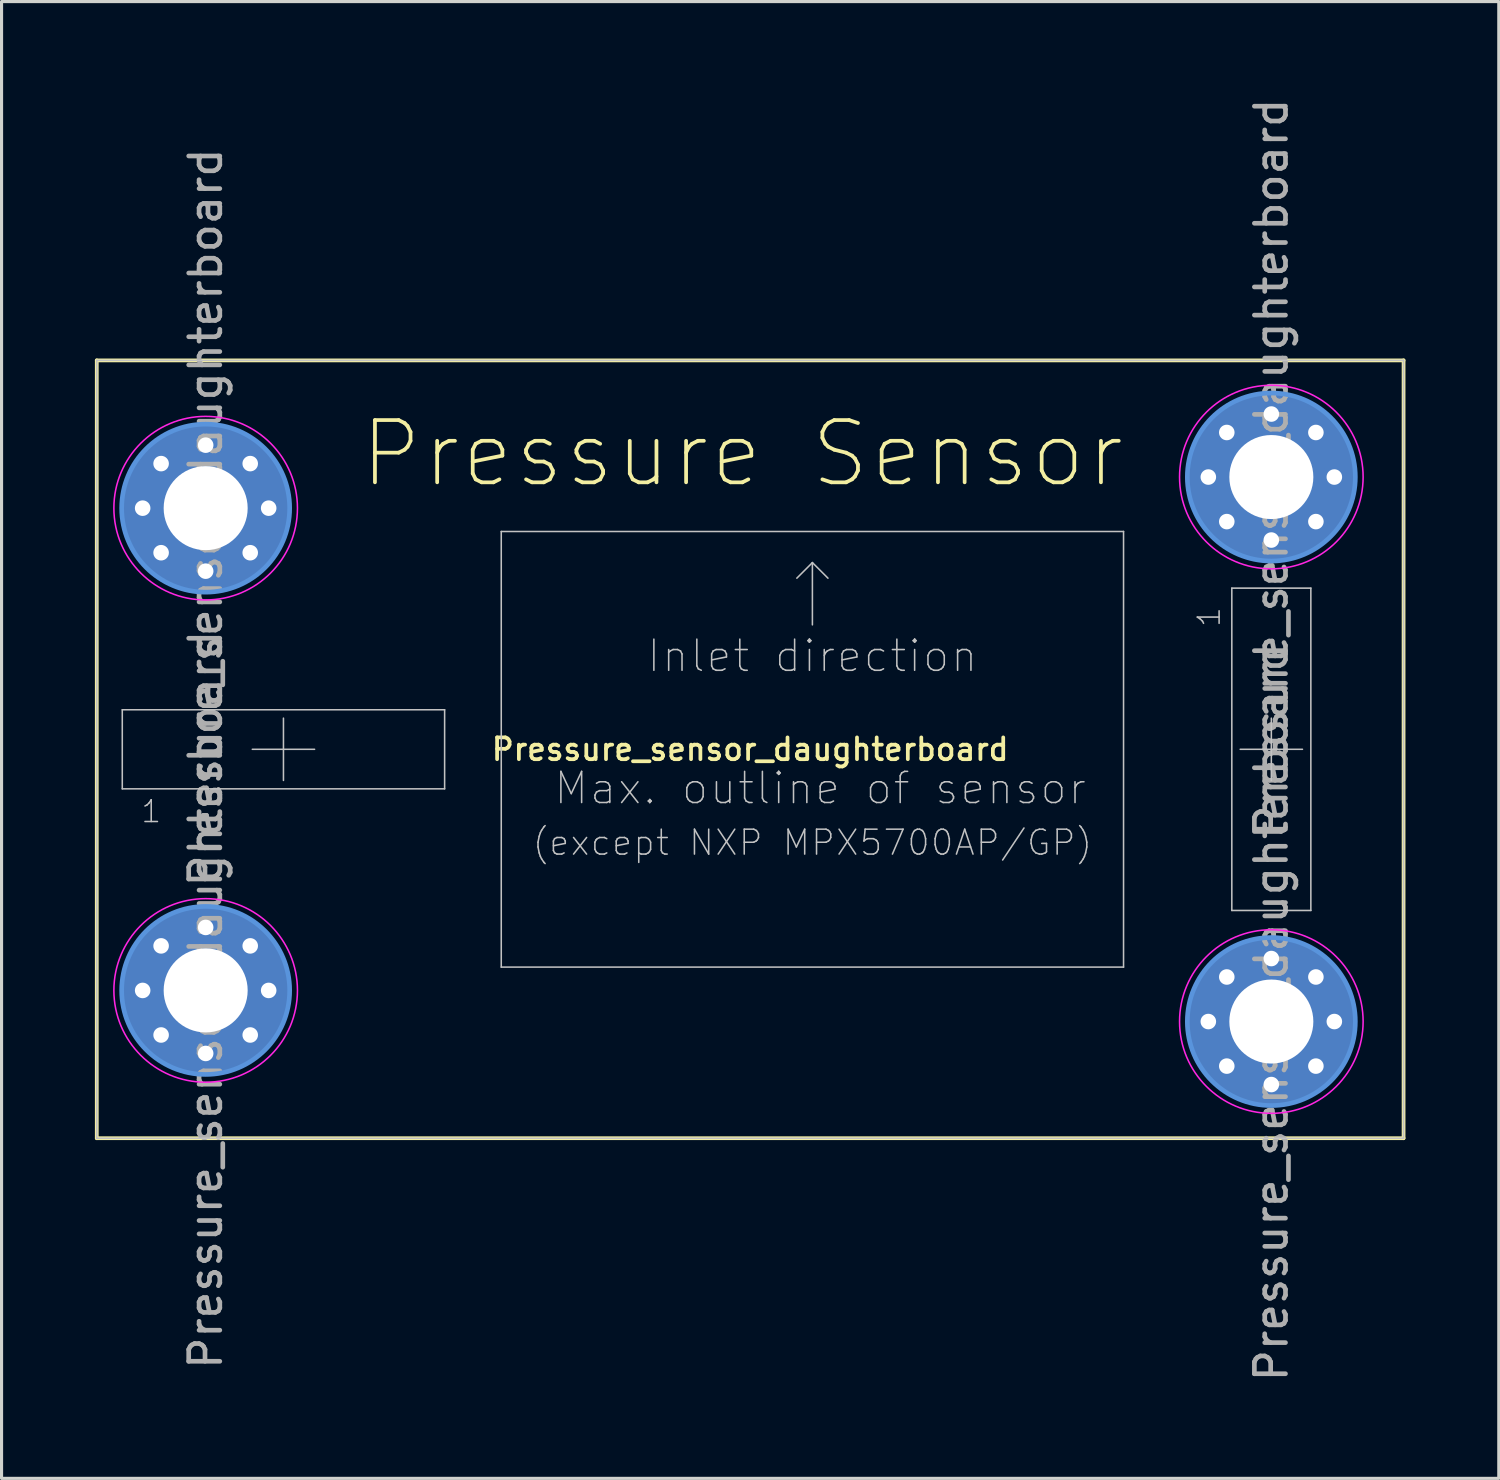
<source format=kicad_pcb>
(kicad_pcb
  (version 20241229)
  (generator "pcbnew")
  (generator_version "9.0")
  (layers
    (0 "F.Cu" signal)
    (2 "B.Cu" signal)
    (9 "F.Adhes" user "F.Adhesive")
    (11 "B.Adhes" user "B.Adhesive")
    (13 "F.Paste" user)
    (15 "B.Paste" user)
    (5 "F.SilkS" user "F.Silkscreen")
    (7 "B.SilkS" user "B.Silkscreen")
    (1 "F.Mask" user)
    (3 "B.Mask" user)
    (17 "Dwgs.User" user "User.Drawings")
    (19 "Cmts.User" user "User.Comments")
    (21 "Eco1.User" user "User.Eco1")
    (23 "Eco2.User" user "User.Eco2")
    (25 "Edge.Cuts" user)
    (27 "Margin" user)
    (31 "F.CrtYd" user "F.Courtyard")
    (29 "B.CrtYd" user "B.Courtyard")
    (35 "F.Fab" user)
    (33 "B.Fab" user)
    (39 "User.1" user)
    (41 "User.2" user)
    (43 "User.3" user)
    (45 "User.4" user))
  (footprint "Pressure_sensor_daughterboard"
    (layer "F.Cu")
    (at 21.06 21.032)
    (property "Reference" "Pressure_sensor_daughterboard" (at 0 0 0) (layer "F.SilkS") (effects (font (size 0.7 0.7) (thickness 0.12))))
    (attr exclude_from_pos_files exclude_from_bom)
    (fp_line (start -21 -12.5) (end 21 -12.5) (stroke (width 0.12) (type solid)) (layer "F.SilkS"))
    (fp_line (start -21 12.5) (end -21 -12.5) (stroke (width 0.12) (type solid)) (layer "F.SilkS"))
    (fp_line (start 21 -12.5) (end 21 12.5) (stroke (width 0.12) (type solid)) (layer "F.SilkS"))
    (fp_line (start 21 12.5) (end -21 12.5) (stroke (width 0.12) (type solid)) (layer "F.SilkS"))
    (fp_line (start -21 -12.5) (end 21 -12.5) (stroke (width 0.05) (type solid)) (layer "Dwgs.User"))
    (fp_line (start -21 12.5) (end -21 -12.5) (stroke (width 0.05) (type solid)) (layer "Dwgs.User"))
    (fp_line (start -20.18 -1.27) (end -9.82 -1.27) (stroke (width 0.05) (type solid)) (layer "Dwgs.User"))
    (fp_line (start -20.18 1.27) (end -20.18 -1.27) (stroke (width 0.05) (type solid)) (layer "Dwgs.User"))
    (fp_line (start -16 0) (end -14 0) (stroke (width 0.05) (type solid)) (layer "Dwgs.User"))
    (fp_line (start -15 -1) (end -15 1) (stroke (width 0.05) (type solid)) (layer "Dwgs.User"))
    (fp_line (start -9.82 -1.27) (end -9.82 1.27) (stroke (width 0.05) (type solid)) (layer "Dwgs.User"))
    (fp_line (start -9.82 1.27) (end -20.18 1.27) (stroke (width 0.05) (type solid)) (layer "Dwgs.User"))
    (fp_line (start -8 -7) (end 12 -7) (stroke (width 0.05) (type solid)) (layer "Dwgs.User"))
    (fp_line (start -8 7) (end -8 -7) (stroke (width 0.05) (type solid)) (layer "Dwgs.User"))
    (fp_line (start 2 -6) (end 1.5 -5.5) (stroke (width 0.05) (type solid)) (layer "Dwgs.User"))
    (fp_line (start 2 -6) (end 2.5 -5.5) (stroke (width 0.05) (type solid)) (layer "Dwgs.User"))
    (fp_line (start 2 -4) (end 2 -6) (stroke (width 0.05) (type solid)) (layer "Dwgs.User"))
    (fp_line (start 12 -7) (end 12 7) (stroke (width 0.05) (type solid)) (layer "Dwgs.User"))
    (fp_line (start 12 7) (end -8 7) (stroke (width 0.05) (type solid)) (layer "Dwgs.User"))
    (fp_line (start 15.48 -5.18) (end 18.02 -5.18) (stroke (width 0.05) (type solid)) (layer "Dwgs.User"))
    (fp_line (start 15.48 5.18) (end 15.48 -5.18) (stroke (width 0.05) (type solid)) (layer "Dwgs.User"))
    (fp_line (start 16.75 -1) (end 16.75 1) (stroke (width 0.05) (type solid)) (layer "Dwgs.User"))
    (fp_line (start 17.75 0) (end 15.75 0) (stroke (width 0.05) (type solid)) (layer "Dwgs.User"))
    (fp_line (start 18.02 -5.18) (end 18.02 5.18) (stroke (width 0.05) (type solid)) (layer "Dwgs.User"))
    (fp_line (start 18.02 5.18) (end 15.48 5.18) (stroke (width 0.05) (type solid)) (layer "Dwgs.User"))
    (fp_line (start 21 -12.5) (end 21 12.5) (stroke (width 0.05) (type solid)) (layer "Dwgs.User"))
    (fp_line (start 21 12.5) (end -21 12.5) (stroke (width 0.05) (type solid)) (layer "Dwgs.User"))
    (fp_circle (center -17.5 -7.75) (end -17.5 -5.05) (stroke (width 0.15) (type solid)) (fill no) (layer "Cmts.User"))
    (fp_circle (center -17.5 7.75) (end -17.5 10.45) (stroke (width 0.15) (type solid)) (fill no) (layer "Cmts.User"))
    (fp_circle (center 16.75 -8.75) (end 16.75 -11.45) (stroke (width 0.15) (type solid)) (fill no) (layer "Cmts.User"))
    (fp_circle (center 16.75 8.75) (end 16.75 6.05) (stroke (width 0.15) (type solid)) (fill no) (layer "Cmts.User"))
    (fp_circle (center -17.5 -7.75) (end -17.5 -4.8) (stroke (width 0.05) (type solid)) (fill no) (layer "F.CrtYd"))
    (fp_circle (center -17.5 7.75) (end -17.5 10.7) (stroke (width 0.05) (type solid)) (fill no) (layer "F.CrtYd"))
    (fp_circle (center 16.75 -8.75) (end 16.75 -11.7) (stroke (width 0.05) (type solid)) (fill no) (layer "F.CrtYd"))
    (fp_circle (center 16.75 8.75) (end 16.75 5.8) (stroke (width 0.05) (type solid)) (fill no) (layer "F.CrtYd"))
    (fp_text user "Pressure Sensor" (at -0.25 -9.5 0) (layer "F.SilkS") (effects (font (size 2 2) (thickness 0.12))))
    (fp_text user "1" (at -19.25 2 180) (layer "Dwgs.User") (effects (font (size 0.7 0.7) (thickness 0.05))))
    (fp_text user "Inlet direction" (at 2 -3 0) (layer "Dwgs.User") (effects (font (size 1 1) (thickness 0.05))))
    (fp_text user "1" (at 14.75 -4.25 90) (layer "Dwgs.User") (effects (font (size 0.7 0.7) (thickness 0.05))))
    (fp_text user "Max. outline of sensor" (at 2.25 1.25 0) (layer "Dwgs.User") (effects (font (size 1 1) (thickness 0.05))))
    (fp_text user "(except NXP MPX5700AP/GP)" (at 2 3 0) (layer "Dwgs.User") (effects (font (size 0.8 0.8) (thickness 0.05))))
    (fp_text user "${REFERENCE}" (at -17.5 8.05 270) (layer "F.Fab") (effects (font (size 1 1) (thickness 0.15))))
    (fp_text user "${REFERENCE}" (at 16.75 -9.05 90) (layer "F.Fab") (effects (font (size 1 1) (thickness 0.15))))
    (fp_text user "${REFERENCE}" (at 16.75 8.45 90) (layer "F.Fab") (effects (font (size 1 1) (thickness 0.15))))
    (fp_text user "${REFERENCE}" (at -17.5 -7.45 270) (layer "F.Fab") (effects (font (size 1 1) (thickness 0.15))))
    (pad "1" thru_hole circle (at -19.525 -7.75 270) (size 0.8 0.8) (drill 0.5) (layers "*.Cu" "*.Mask"))
    (pad "1" thru_hole circle (at -19.525 7.75 270) (size 0.8 0.8) (drill 0.5) (layers "*.Cu" "*.Mask"))
    (pad "1" thru_hole circle (at -18.932 -9.182 270) (size 0.8 0.8) (drill 0.5) (layers "*.Cu" "*.Mask"))
    (pad "1" thru_hole circle (at -18.932 -6.318 270) (size 0.8 0.8) (drill 0.5) (layers "*.Cu" "*.Mask"))
    (pad "1" thru_hole circle (at -18.932 6.318 270) (size 0.8 0.8) (drill 0.5) (layers "*.Cu" "*.Mask"))
    (pad "1" thru_hole circle (at -18.932 9.182 270) (size 0.8 0.8) (drill 0.5) (layers "*.Cu" "*.Mask"))
    (pad "1" thru_hole circle (at -17.5 -9.775 270) (size 0.8 0.8) (drill 0.5) (layers "*.Cu" "*.Mask"))
    (pad "1" thru_hole circle (at -17.5 -7.75 270) (size 5.4 5.4) (drill 2.7) (layers "*.Cu" "*.Mask"))
    (pad "1" thru_hole circle (at -17.5 -5.725 270) (size 0.8 0.8) (drill 0.5) (layers "*.Cu" "*.Mask"))
    (pad "1" thru_hole circle (at -17.5 5.725 270) (size 0.8 0.8) (drill 0.5) (layers "*.Cu" "*.Mask"))
    (pad "1" thru_hole circle (at -17.5 7.75 270) (size 5.4 5.4) (drill 2.7) (layers "*.Cu" "*.Mask"))
    (pad "1" thru_hole circle (at -17.5 9.775 270) (size 0.8 0.8) (drill 0.5) (layers "*.Cu" "*.Mask"))
    (pad "1" thru_hole circle (at -16.068 -9.182 270) (size 0.8 0.8) (drill 0.5) (layers "*.Cu" "*.Mask"))
    (pad "1" thru_hole circle (at -16.068 -6.318 270) (size 0.8 0.8) (drill 0.5) (layers "*.Cu" "*.Mask"))
    (pad "1" thru_hole circle (at -16.068 6.318 270) (size 0.8 0.8) (drill 0.5) (layers "*.Cu" "*.Mask"))
    (pad "1" thru_hole circle (at -16.068 9.182 270) (size 0.8 0.8) (drill 0.5) (layers "*.Cu" "*.Mask"))
    (pad "1" thru_hole circle (at -15.475 -7.75 270) (size 0.8 0.8) (drill 0.5) (layers "*.Cu" "*.Mask"))
    (pad "1" thru_hole circle (at -15.475 7.75 270) (size 0.8 0.8) (drill 0.5) (layers "*.Cu" "*.Mask"))
    (pad "1" thru_hole circle (at 14.725 -8.75 90) (size 0.8 0.8) (drill 0.5) (layers "*.Cu" "*.Mask"))
    (pad "1" thru_hole circle (at 14.725 8.75 90) (size 0.8 0.8) (drill 0.5) (layers "*.Cu" "*.Mask"))
    (pad "1" thru_hole circle (at 15.318 -10.182 90) (size 0.8 0.8) (drill 0.5) (layers "*.Cu" "*.Mask"))
    (pad "1" thru_hole circle (at 15.318 -7.318 90) (size 0.8 0.8) (drill 0.5) (layers "*.Cu" "*.Mask"))
    (pad "1" thru_hole circle (at 15.318 7.318 90) (size 0.8 0.8) (drill 0.5) (layers "*.Cu" "*.Mask"))
    (pad "1" thru_hole circle (at 15.318 10.182 90) (size 0.8 0.8) (drill 0.5) (layers "*.Cu" "*.Mask"))
    (pad "1" thru_hole circle (at 16.75 -10.775 90) (size 0.8 0.8) (drill 0.5) (layers "*.Cu" "*.Mask"))
    (pad "1" thru_hole circle (at 16.75 -8.75 90) (size 5.4 5.4) (drill 2.7) (layers "*.Cu" "*.Mask"))
    (pad "1" thru_hole circle (at 16.75 -6.725 90) (size 0.8 0.8) (drill 0.5) (layers "*.Cu" "*.Mask"))
    (pad "1" thru_hole circle (at 16.75 6.725 90) (size 0.8 0.8) (drill 0.5) (layers "*.Cu" "*.Mask"))
    (pad "1" thru_hole circle (at 16.75 8.75 90) (size 5.4 5.4) (drill 2.7) (layers "*.Cu" "*.Mask"))
    (pad "1" thru_hole circle (at 16.75 10.775 90) (size 0.8 0.8) (drill 0.5) (layers "*.Cu" "*.Mask"))
    (pad "1" thru_hole circle (at 18.182 -10.182 90) (size 0.8 0.8) (drill 0.5) (layers "*.Cu" "*.Mask"))
    (pad "1" thru_hole circle (at 18.182 -7.318 90) (size 0.8 0.8) (drill 0.5) (layers "*.Cu" "*.Mask"))
    (pad "1" thru_hole circle (at 18.182 7.318 90) (size 0.8 0.8) (drill 0.5) (layers "*.Cu" "*.Mask"))
    (pad "1" thru_hole circle (at 18.182 10.182 90) (size 0.8 0.8) (drill 0.5) (layers "*.Cu" "*.Mask"))
    (pad "1" thru_hole circle (at 18.775 -8.75 90) (size 0.8 0.8) (drill 0.5) (layers "*.Cu" "*.Mask"))
    (pad "1" thru_hole circle (at 18.775 8.75 90) (size 0.8 0.8) (drill 0.5) (layers "*.Cu" "*.Mask")))
  (gr_rect
    (start -3 -3)
    (end 45.12 44.464)
    (stroke (width 0.1) (type default))
    (fill no)
    (layer "Edge.Cuts")))
</source>
